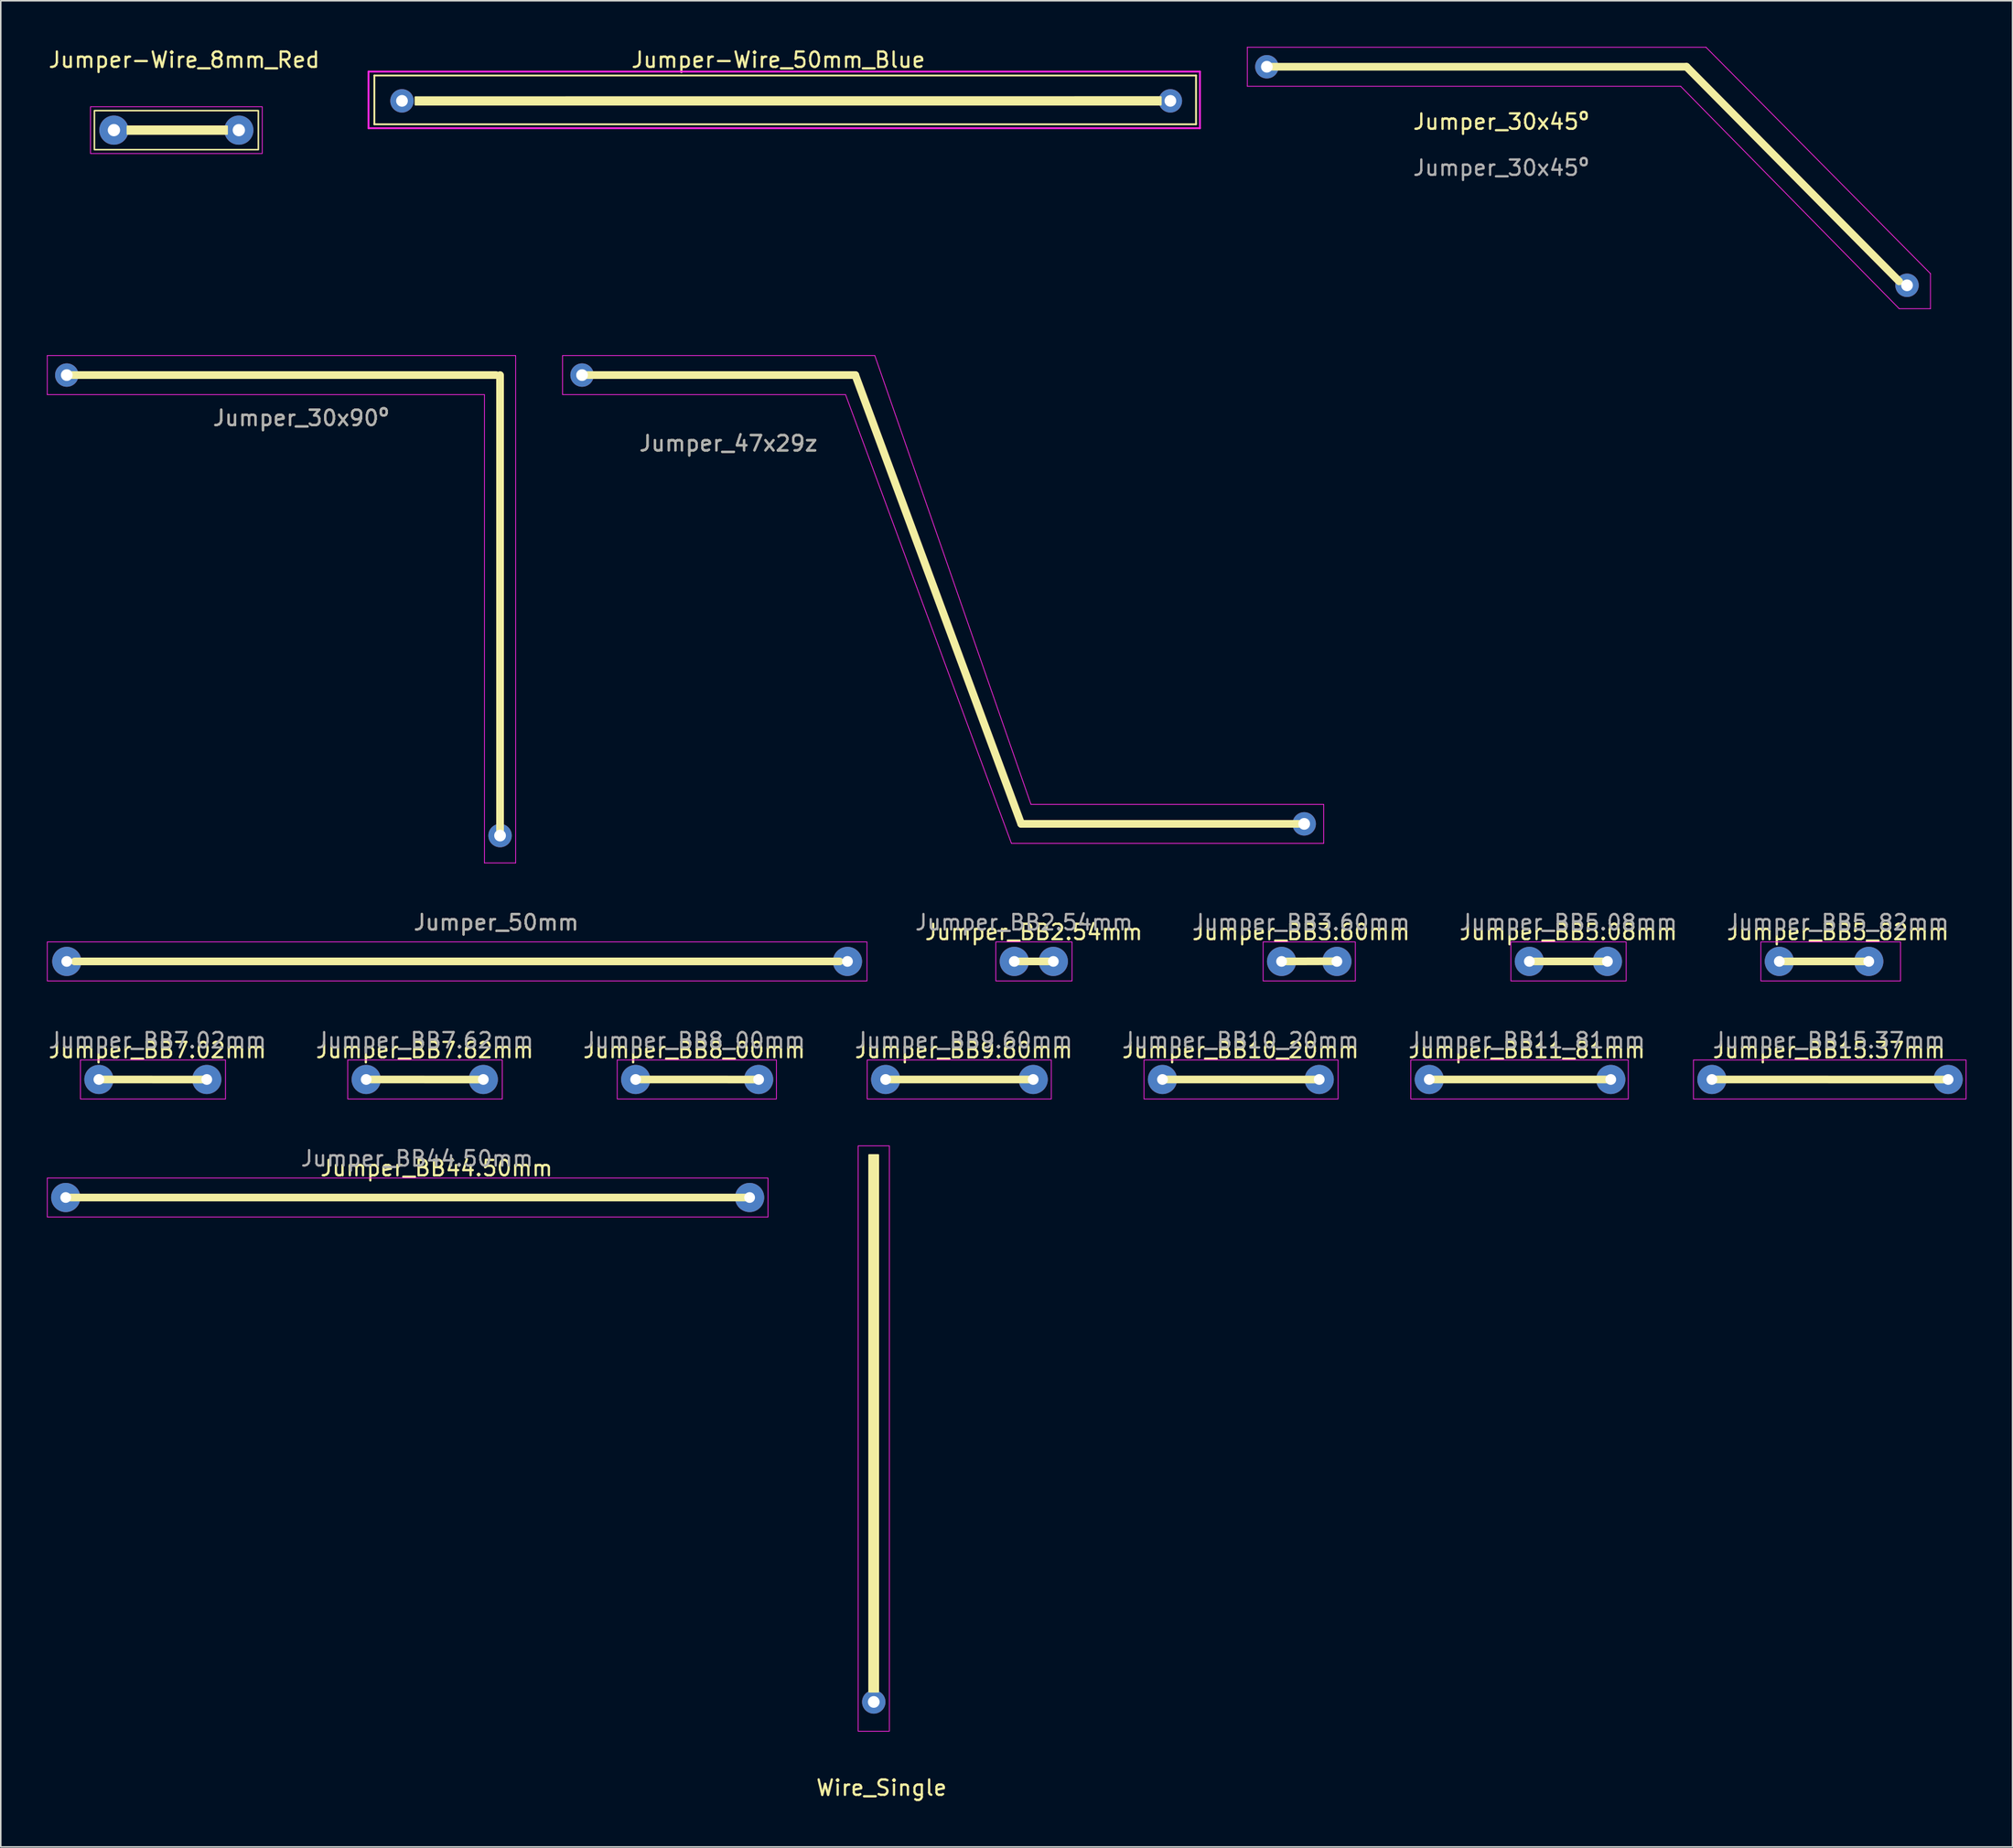
<source format=kicad_pcb>
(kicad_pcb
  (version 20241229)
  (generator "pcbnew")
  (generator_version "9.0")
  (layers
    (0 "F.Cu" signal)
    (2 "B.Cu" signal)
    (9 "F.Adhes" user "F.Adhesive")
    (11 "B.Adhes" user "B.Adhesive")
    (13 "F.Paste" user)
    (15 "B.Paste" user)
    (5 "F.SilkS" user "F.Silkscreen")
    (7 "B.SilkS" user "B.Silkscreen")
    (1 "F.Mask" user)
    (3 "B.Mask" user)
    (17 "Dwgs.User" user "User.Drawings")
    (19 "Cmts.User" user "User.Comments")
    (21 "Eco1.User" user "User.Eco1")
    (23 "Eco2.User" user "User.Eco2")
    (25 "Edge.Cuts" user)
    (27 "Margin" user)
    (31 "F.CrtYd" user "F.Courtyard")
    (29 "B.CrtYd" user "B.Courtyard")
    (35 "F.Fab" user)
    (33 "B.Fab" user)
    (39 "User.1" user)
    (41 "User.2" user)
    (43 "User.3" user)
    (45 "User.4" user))
  (footprint "Jumper_50mm"
    (layer "F.Cu")
    (at 1.295 59.526)
    (property "Reference" "Jumper_50mm" (at 27.94 -2.54 0) (unlocked yes) (layer "F.SilkS") (effects (font (size 1 1) (thickness 0.15))))
    (attr through_hole)
    (fp_line (start 0.508 0) (end 50.292 0) (stroke (width 0.5) (type solid)) (layer "F.SilkS"))
    (fp_rect (start -1.27 -1.27) (end 52.07 1.27) (stroke (width 0.05) (type solid)) (fill no) (layer "F.CrtYd"))
    (fp_text user "${REFERENCE}" (at 27.94 -2.54 0) (unlocked yes) (layer "F.Fab") (effects (font (size 1 1) (thickness 0.15))))
    (pad "1" thru_hole circle (at 0 0) (size 1.9 1.9) (drill 0.7) (property pad_prop_testpoint) (layers "*.Cu" "*.Mask"))
    (pad "2" thru_hole circle (at 50.8 0) (size 1.9 1.9) (drill 0.7) (property pad_prop_heatsink) (layers "*.Cu" "*.Mask")))
  (footprint "Jumper_BB3.60mm"
    (layer "F.Cu")
    (at 80.344 59.526)
    (property "Reference" "Jumper_BB3.60mm" (at 1.27 -1.905 0) (unlocked yes) (layer "F.SilkS") (effects (font (size 1 1) (thickness 0.15))))
    (attr through_hole)
    (fp_line (start 0 0) (end 3.596 -0.012) (stroke (width 0.5) (type solid)) (layer "F.SilkS"))
    (fp_rect (start -1.202 -1.27) (end 4.8 1.27) (stroke (width 0.05) (type solid)) (fill no) (layer "F.CrtYd"))
    (fp_text user "${REFERENCE}" (at 1.27 -2.54 0) (unlocked yes) (layer "F.Fab") (effects (font (size 1 1) (thickness 0.15))))
    (pad "1" thru_hole oval (at 0 0) (size 1.9 1.9) (drill 0.7) (layers "*.Cu" "*.Mask"))
    (pad "2" thru_hole oval (at 3.6 0) (size 1.9 1.9) (drill 0.7) (layers "*.Cu" "*.Mask")))
  (footprint "Jumper-Wire_50mm_Blue"
    (layer "F.Cu")
    (at 48.107 3.515)
    (property "Reference" "Jumper-Wire_50mm_Blue" (at -0.508 -2.667 0) (layer "F.SilkS") (effects (font (size 1 1) (thickness 0.15))))
    (attr through_hole)
    (fp_line (start -26.797 -1.651) (end 26.67 -1.651) (stroke (width 0.12) (type solid)) (layer "F.SilkS"))
    (fp_line (start -26.797 1.524) (end -26.797 -1.651) (stroke (width 0.12) (type solid)) (layer "F.SilkS"))
    (fp_line (start 26.67 -1.651) (end 26.67 1.524) (stroke (width 0.12) (type solid)) (layer "F.SilkS"))
    (fp_line (start 26.67 1.524) (end -26.797 1.524) (stroke (width 0.12) (type solid)) (layer "F.SilkS"))
    (fp_poly (pts (xy 24.384 0.254) (xy -24.13 0.254) (xy -24.13 -0.246) (xy 24.384 -0.254)) (stroke (width 0.1) (type solid)) (fill yes) (layer "F.SilkS"))
    (fp_line (start -27.178 -1.905) (end -27.178 1.778) (stroke (width 0.12) (type solid)) (layer "F.CrtYd"))
    (fp_line (start -27.178 1.778) (end 26.924 1.778) (stroke (width 0.12) (type solid)) (layer "F.CrtYd"))
    (fp_line (start 26.924 -1.905) (end -27.178 -1.905) (stroke (width 0.12) (type solid)) (layer "F.CrtYd"))
    (fp_line (start 26.924 1.778) (end 26.924 -1.905) (stroke (width 0.12) (type solid)) (layer "F.CrtYd"))
    (pad "1" thru_hole circle (at -25 0) (size 1.524 1.524) (drill 0.762) (layers "*.Cu" "*.Mask"))
    (pad "2" thru_hole circle (at 25 0) (size 1.524 1.524) (drill 0.762) (layers "*.Cu" "*.Mask")))
  (footprint "Jumper-Wire_8mm_Red"
    (layer "F.Cu")
    (at 4.363 5.42)
    (property "Reference" "Jumper-Wire_8mm_Red" (at 4.572 -4.572 0) (layer "F.SilkS") (effects (font (size 1 1) (thickness 0.15))))
    (attr through_hole)
    (fp_rect (start -1.27 -1.27) (end 9.398 1.27) (stroke (width 0.1) (type default)) (fill no) (layer "F.SilkS"))
    (fp_poly (pts (xy 7.366 0.254) (xy 0.876 0.254) (xy 0.876 -0.254) (xy 7.366 -0.254)) (stroke (width 0.1) (type solid)) (fill yes) (layer "F.SilkS"))
    (fp_rect (start -1.524 -1.524) (end 9.652 1.524) (stroke (width 0.05) (type default)) (fill no) (layer "F.CrtYd"))
    (pad "1" thru_hole circle (at 0 0) (size 1.9 1.9) (drill 0.8) (layers "*.Cu" "*.Mask"))
    (pad "2" thru_hole circle (at 8.128 0) (size 1.9 1.9) (drill 0.8) (layers "*.Cu" "*.Mask")))
  (footprint "Jumper_BB15.37mm"
    (layer "F.Cu")
    (at 108.346 67.21)
    (property "Reference" "Jumper_BB15.37mm" (at 7.62 -1.905 0) (unlocked yes) (layer "F.SilkS") (effects (font (size 1 1) (thickness 0.15))))
    (attr through_hole)
    (fp_line (start 0 0) (end 15.24 0.003) (stroke (width 0.5) (type solid)) (layer "F.SilkS"))
    (fp_rect (start -1.202 -1.27) (end 16.537 1.27) (stroke (width 0.05) (type solid)) (fill no) (layer "F.CrtYd"))
    (fp_text user "${REFERENCE}" (at 7.62 -2.54 0) (unlocked yes) (layer "F.Fab") (effects (font (size 1 1) (thickness 0.15))))
    (pad "1" thru_hole oval (at 0 0) (size 1.9 1.9) (drill 0.7) (layers "*.Cu" "*.Mask"))
    (pad "2" thru_hole oval (at 15.37 0) (size 1.9 1.9) (drill 0.7) (layers "*.Cu" "*.Mask")))
  (footprint "Jumper_BB2.54mm"
    (layer "F.Cu")
    (at 62.951 59.526)
    (property "Reference" "Jumper_BB2.54mm" (at 1.27 -1.905 0) (unlocked yes) (layer "F.SilkS") (effects (font (size 1 1) (thickness 0.15))))
    (attr through_hole)
    (fp_line (start 0 0) (end 2.54 0) (stroke (width 0.5) (type solid)) (layer "F.SilkS"))
    (fp_rect (start -1.202 -1.27) (end 3.759 1.27) (stroke (width 0.05) (type solid)) (fill no) (layer "F.CrtYd"))
    (fp_text user "${REFERENCE}" (at 0.635 -2.54 0) (unlocked yes) (layer "F.Fab") (effects (font (size 1 1) (thickness 0.15))))
    (pad "1" thru_hole oval (at 0 0) (size 1.9 1.9) (drill 0.7) (layers "*.Cu" "*.Mask"))
    (pad "2" thru_hole oval (at 2.54 0) (size 1.9 1.9) (drill 0.7) (layers "*.Cu" "*.Mask")))
  (footprint "Jumper_BB5_82mm"
    (layer "F.Cu")
    (at 112.733 59.526)
    (property "Reference" "Jumper_BB5_82mm" (at 3.81 -1.905 0) (unlocked yes) (layer "F.SilkS") (effects (font (size 1 1) (thickness 0.15))))
    (attr through_hole)
    (fp_line (start 0 0) (end 5.899 0) (stroke (width 0.5) (type solid)) (layer "F.SilkS"))
    (fp_rect (start -1.202 -1.27) (end 7.886 1.27) (stroke (width 0.05) (type solid)) (fill no) (layer "F.CrtYd"))
    (fp_text user "${REFERENCE}" (at 3.81 -2.54 0) (unlocked yes) (layer "F.Fab") (effects (font (size 1 1) (thickness 0.15))))
    (pad "1" thru_hole oval (at 0 0) (size 1.9 1.9) (drill 0.7) (layers "*.Cu" "*.Mask"))
    (pad "2" thru_hole oval (at 5.82 0) (size 1.9 1.9) (drill 0.7) (layers "*.Cu" "*.Mask")))
  (footprint "Jumper_47x29z"
    (layer "F.Cu")
    (at 34.825 21.363)
    (property "Reference" "Jumper_47x29z" (at 9.525 4.445 0) (unlocked yes) (layer "F.SilkS") (effects (font (size 1 1) (thickness 0.15))))
    (attr through_hole)
    (fp_line (start 0 0) (end 17.78 0) (stroke (width 0.5) (type solid)) (layer "F.SilkS"))
    (fp_line (start 28.575 29.21) (end 17.78 0) (stroke (width 0.5) (type solid)) (layer "F.SilkS"))
    (fp_line (start 46.99 29.21) (end 28.575 29.21) (stroke (width 0.5) (type solid)) (layer "F.SilkS"))
    (fp_line (start -1.27 -1.27) (end 19.05 -1.27) (stroke (width 0.05) (type solid)) (layer "F.CrtYd"))
    (fp_line (start -1.27 1.27) (end -1.27 -1.27) (stroke (width 0.05) (type solid)) (layer "F.CrtYd"))
    (fp_line (start 17.145 1.27) (end -1.27 1.27) (stroke (width 0.05) (type solid)) (layer "F.CrtYd"))
    (fp_line (start 19.05 -1.27) (end 29.21 27.94) (stroke (width 0.05) (type solid)) (layer "F.CrtYd"))
    (fp_line (start 27.94 30.48) (end 17.145 1.27) (stroke (width 0.05) (type solid)) (layer "F.CrtYd"))
    (fp_line (start 29.21 27.94) (end 48.26 27.94) (stroke (width 0.05) (type solid)) (layer "F.CrtYd"))
    (fp_line (start 48.26 27.94) (end 48.26 30.48) (stroke (width 0.05) (type solid)) (layer "F.CrtYd"))
    (fp_line (start 48.26 30.48) (end 27.94 30.48) (stroke (width 0.05) (type solid)) (layer "F.CrtYd"))
    (fp_text user "${REFERENCE}" (at 9.525 4.445 0) (unlocked yes) (layer "F.Fab") (effects (font (size 1 1) (thickness 0.15))))
    (pad "1" thru_hole circle (at 0 0) (size 1.524 1.524) (drill 0.762) (layers "*.Cu" "*.Mask"))
    (pad "2" thru_hole circle (at 46.99 29.21) (size 1.524 1.524) (drill 0.762) (layers "*.Cu" "*.Mask")))
  (footprint "Jumper_BB7.62mm"
    (layer "F.Cu")
    (at 20.779 67.21)
    (property "Reference" "Jumper_BB7.62mm" (at 3.81 -1.905 0) (unlocked yes) (layer "F.SilkS") (effects (font (size 1 1) (thickness 0.15))))
    (attr through_hole)
    (fp_line (start 0 0) (end 7.62 0.003) (stroke (width 0.5) (type solid)) (layer "F.SilkS"))
    (fp_rect (start -1.202 -1.27) (end 8.855 1.27) (stroke (width 0.05) (type solid)) (fill no) (layer "F.CrtYd"))
    (fp_text user "${REFERENCE}" (at 3.81 -2.54 0) (unlocked yes) (layer "F.Fab") (effects (font (size 1 1) (thickness 0.15))))
    (pad "1" thru_hole oval (at 0 0) (size 1.9 1.9) (drill 0.7) (layers "*.Cu" "*.Mask"))
    (pad "2" thru_hole oval (at 7.62 0) (size 1.9 1.9) (drill 0.7) (layers "*.Cu" "*.Mask")))
  (footprint "Jumper_BB9.60mm"
    (layer "F.Cu")
    (at 54.581 67.21)
    (property "Reference" "Jumper_BB9.60mm" (at 5.08 -1.905 0) (unlocked yes) (layer "F.SilkS") (effects (font (size 1 1) (thickness 0.15))))
    (attr through_hole)
    (fp_line (start 0 0) (end 9.562 -0.000209) (stroke (width 0.5) (type solid)) (layer "F.SilkS"))
    (fp_rect (start -1.202 -1.27) (end 10.778 1.27) (stroke (width 0.05) (type solid)) (fill no) (layer "F.CrtYd"))
    (fp_text user "${REFERENCE}" (at 5.08 -2.54 0) (unlocked yes) (layer "F.Fab") (effects (font (size 1 1) (thickness 0.15))))
    (pad "1" thru_hole oval (at 0 0) (size 1.9 1.9) (drill 0.7) (layers "*.Cu" "*.Mask"))
    (pad "2" thru_hole oval (at 9.6 0) (size 1.9 1.9) (drill 0.7) (layers "*.Cu" "*.Mask")))
  (footprint "Jumper_30x45º"
    (layer "F.Cu")
    (at 79.386 1.295)
    (property "Reference" "Jumper_30x45º" (at 15.24 3.58 0) (unlocked yes) (layer "F.SilkS") (effects (font (size 1 1) (thickness 0.15))))
    (attr through_hole)
    (fp_line (start 0 0) (end 27.305 0) (stroke (width 0.5) (type solid)) (layer "F.SilkS"))
    (fp_line (start 27.305 0) (end 41.148 13.97) (stroke (width 0.5) (type solid)) (layer "F.SilkS"))
    (fp_line (start -1.27 -1.27) (end -1.27 1.27) (stroke (width 0.05) (type solid)) (layer "F.CrtYd"))
    (fp_line (start -1.27 1.27) (end 26.924 1.27) (stroke (width 0.05) (type solid)) (layer "F.CrtYd"))
    (fp_line (start 26.924 1.27) (end 41.148 15.748) (stroke (width 0.05) (type solid)) (layer "F.CrtYd"))
    (fp_line (start 28.575 -1.27) (end -1.27 -1.27) (stroke (width 0.05) (type solid)) (layer "F.CrtYd"))
    (fp_line (start 41.148 15.748) (end 43.18 15.748) (stroke (width 0.05) (type solid)) (layer "F.CrtYd"))
    (fp_line (start 43.18 13.462) (end 28.575 -1.27) (stroke (width 0.05) (type solid)) (layer "F.CrtYd"))
    (fp_line (start 43.18 15.748) (end 43.18 13.462) (stroke (width 0.05) (type solid)) (layer "F.CrtYd"))
    (fp_text user "${REFERENCE}" (at 15.24 6.58 0) (unlocked yes) (layer "F.Fab") (effects (font (size 1 1) (thickness 0.15))))
    (pad "1" thru_hole circle (at 0 0) (size 1.524 1.524) (drill 0.762) (layers "*.Cu" "*.Mask"))
    (pad "2" thru_hole circle (at 41.656 14.224) (size 1.524 1.524) (drill 0.762) (layers "*.Cu" "*.Mask")))
  (footprint "Jumper_BB10_20mm"
    (layer "F.Cu")
    (at 72.593 67.21)
    (property "Reference" "Jumper_BB10_20mm" (at 5.08 -1.905 0) (unlocked yes) (layer "F.SilkS") (effects (font (size 1 1) (thickness 0.15))))
    (attr through_hole)
    (fp_line (start 0 0) (end 10.16 0.003) (stroke (width 0.5) (type solid)) (layer "F.SilkS"))
    (fp_rect (start -1.202 -1.27) (end 11.428 1.27) (stroke (width 0.05) (type solid)) (fill no) (layer "F.CrtYd"))
    (fp_text user "${REFERENCE}" (at 5.08 -2.54 0) (unlocked yes) (layer "F.Fab") (effects (font (size 1 1) (thickness 0.15))))
    (pad "1" thru_hole oval (at 0 0) (size 1.9 1.9) (drill 0.7) (layers "*.Cu" "*.Mask"))
    (pad "2" thru_hole oval (at 10.2 0) (size 1.9 1.9) (drill 0.7) (layers "*.Cu" "*.Mask")))
  (footprint "Jumper_BB5.08mm"
    (layer "F.Cu")
    (at 96.467 59.526)
    (property "Reference" "Jumper_BB5.08mm" (at 2.54 -1.905 0) (unlocked yes) (layer "F.SilkS") (effects (font (size 1 1) (thickness 0.15))))
    (attr through_hole)
    (fp_line (start 0 0) (end 5.08 0) (stroke (width 0.5) (type solid)) (layer "F.SilkS"))
    (fp_rect (start -1.202 -1.27) (end 6.299 1.27) (stroke (width 0.05) (type solid)) (fill no) (layer "F.CrtYd"))
    (fp_text user "${REFERENCE}" (at 2.54 -2.54 0) (unlocked yes) (layer "F.Fab") (effects (font (size 1 1) (thickness 0.15))))
    (pad "1" thru_hole oval (at 0 0) (size 1.9 1.9) (drill 0.7) (layers "*.Cu" "*.Mask"))
    (pad "2" thru_hole oval (at 5.08 0) (size 1.9 1.9) (drill 0.7) (layers "*.Cu" "*.Mask")))
  (footprint "Wire_Single"
    (layer "F.Cu")
    (at 53.806 107.725)
    (property "Reference" "Wire_Single" (at 0.508 5.588 0) (layer "F.SilkS") (effects (font (size 1 1) (thickness 0.15))))
    (attr through_hole)
    (fp_poly (pts (xy 0.297 -0.659) (xy -0.305 -0.659) (xy -0.305 -35.604) (xy 0.297 -35.604)) (stroke (width 0.1) (type solid)) (fill yes) (layer "F.SilkS"))
    (fp_rect (start -1.016 1.905) (end 1.016 -36.195) (stroke (width 0.05) (type default)) (fill no) (layer "F.CrtYd"))
    (pad "1" thru_hole circle (at 0 0) (size 1.524 1.524) (drill 0.762) (layers "*.Cu" "*.Mask")))
  (footprint "Jumper_30x90º"
    (layer "F.Cu")
    (at 1.295 21.363)
    (property "Reference" "Jumper_30x90º" (at 15.24 2.794 0) (unlocked yes) (layer "F.SilkS") (effects (font (size 1 1) (thickness 0.15))))
    (attr through_hole)
    (fp_line (start 0 0) (end 27.94 0) (stroke (width 0.5) (type solid)) (layer "F.SilkS"))
    (fp_line (start 28.194 0) (end 28.194 29.718) (stroke (width 0.5) (type solid)) (layer "F.SilkS"))
    (fp_line (start -1.27 -1.27) (end 29.21 -1.27) (stroke (width 0.05) (type solid)) (layer "F.CrtYd"))
    (fp_line (start -1.27 1.27) (end -1.27 -1.27) (stroke (width 0.05) (type solid)) (layer "F.CrtYd"))
    (fp_line (start 27.178 1.27) (end -1.27 1.27) (stroke (width 0.05) (type solid)) (layer "F.CrtYd"))
    (fp_line (start 27.178 31.75) (end 27.178 1.27) (stroke (width 0.05) (type solid)) (layer "F.CrtYd"))
    (fp_line (start 29.21 -1.27) (end 29.21 31.75) (stroke (width 0.05) (type solid)) (layer "F.CrtYd"))
    (fp_line (start 29.21 31.75) (end 27.178 31.75) (stroke (width 0.05) (type solid)) (layer "F.CrtYd"))
    (fp_text user "${REFERENCE}" (at 15.24 2.794 0) (unlocked yes) (layer "F.Fab") (effects (font (size 1 1) (thickness 0.15))))
    (pad "1" thru_hole circle (at 0 0) (size 1.524 1.524) (drill 0.762) (layers "*.Cu" "*.Mask"))
    (pad "2" thru_hole circle (at 28.194 29.972) (size 1.524 1.524) (drill 0.762) (layers "*.Cu" "*.Mask")))
  (footprint "Jumper_BB11_81mm"
    (layer "F.Cu")
    (at 89.954 67.21)
    (property "Reference" "Jumper_BB11_81mm" (at 6.35 -1.905 0) (unlocked yes) (layer "F.SilkS") (effects (font (size 1 1) (thickness 0.15))))
    (attr through_hole)
    (fp_line (start 0 0) (end 11.869 0) (stroke (width 0.5) (type solid)) (layer "F.SilkS"))
    (fp_rect (start -1.202 -1.27) (end 12.95 1.27) (stroke (width 0.05) (type solid)) (fill no) (layer "F.CrtYd"))
    (fp_text user "${REFERENCE}" (at 6.35 -2.54 0) (unlocked yes) (layer "F.Fab") (effects (font (size 1 1) (thickness 0.15))))
    (pad "1" thru_hole oval (at 0 0) (size 1.9 1.9) (drill 0.7) (layers "*.Cu" "*.Mask"))
    (pad "2" thru_hole oval (at 11.81 0) (size 1.9 1.9) (drill 0.7) (layers "*.Cu" "*.Mask")))
  (footprint "Jumper_BB44.50mm"
    (layer "F.Cu")
    (at 1.227 74.893)
    (property "Reference" "Jumper_BB44.50mm" (at 24.13 -1.905 0) (unlocked yes) (layer "F.SilkS") (effects (font (size 1 1) (thickness 0.15))))
    (attr through_hole)
    (fp_line (start 0 0) (end 44.45 0) (stroke (width 0.5) (type solid)) (layer "F.SilkS"))
    (fp_rect (start -1.202 -1.27) (end 45.698 1.27) (stroke (width 0.05) (type solid)) (fill no) (layer "F.CrtYd"))
    (fp_text user "${REFERENCE}" (at 22.86 -2.54 0) (unlocked yes) (layer "F.Fab") (effects (font (size 1 1) (thickness 0.15))))
    (pad "1" thru_hole oval (at 0 0) (size 1.9 1.9) (drill 0.7) (layers "*.Cu" "*.Mask"))
    (pad "2" thru_hole oval (at 44.5 0) (size 1.9 1.9) (drill 0.7) (layers "*.Cu" "*.Mask")))
  (footprint "Jumper_BB7.02mm"
    (layer "F.Cu")
    (at 3.386 67.21)
    (property "Reference" "Jumper_BB7.02mm" (at 3.81 -1.905 0) (unlocked yes) (layer "F.SilkS") (effects (font (size 1 1) (thickness 0.15))))
    (attr through_hole)
    (fp_line (start 0 0) (end 6.988 0.003) (stroke (width 0.5) (type solid)) (layer "F.SilkS"))
    (fp_rect (start -1.202 -1.27) (end 8.238 1.27) (stroke (width 0.05) (type solid)) (fill no) (layer "F.CrtYd"))
    (fp_text user "${REFERENCE}" (at 3.81 -2.54 0) (unlocked yes) (layer "F.Fab") (effects (font (size 1 1) (thickness 0.15))))
    (pad "1" thru_hole oval (at 0 0) (size 1.9 1.9) (drill 0.7) (layers "*.Cu" "*.Mask"))
    (pad "2" thru_hole oval (at 7.02 0) (size 1.9 1.9) (drill 0.7) (layers "*.Cu" "*.Mask")))
  (footprint "Jumper_BB8_00mm"
    (layer "F.Cu")
    (at 38.315 67.21)
    (property "Reference" "Jumper_BB8_00mm" (at 3.81 -1.905 0) (unlocked yes) (layer "F.SilkS") (effects (font (size 1 1) (thickness 0.15))))
    (attr through_hole)
    (fp_line (start 0 0) (end 8.038 0.002) (stroke (width 0.5) (type solid)) (layer "F.SilkS"))
    (fp_rect (start -1.202 -1.27) (end 9.156 1.27) (stroke (width 0.05) (type solid)) (fill no) (layer "F.CrtYd"))
    (fp_text user "${REFERENCE}" (at 3.81 -2.54 0) (unlocked yes) (layer "F.Fab") (effects (font (size 1 1) (thickness 0.15))))
    (pad "1" thru_hole oval (at 0 0) (size 1.9 1.9) (drill 0.7) (layers "*.Cu" "*.Mask"))
    (pad "2" thru_hole oval (at 8 0) (size 1.9 1.9) (drill 0.7) (layers "*.Cu" "*.Mask")))
  (gr_rect
    (start -3 -3)
    (end 127.908 117.161)
    (stroke (width 0.1) (type default))
    (fill no)
    (layer "Edge.Cuts")))
</source>
